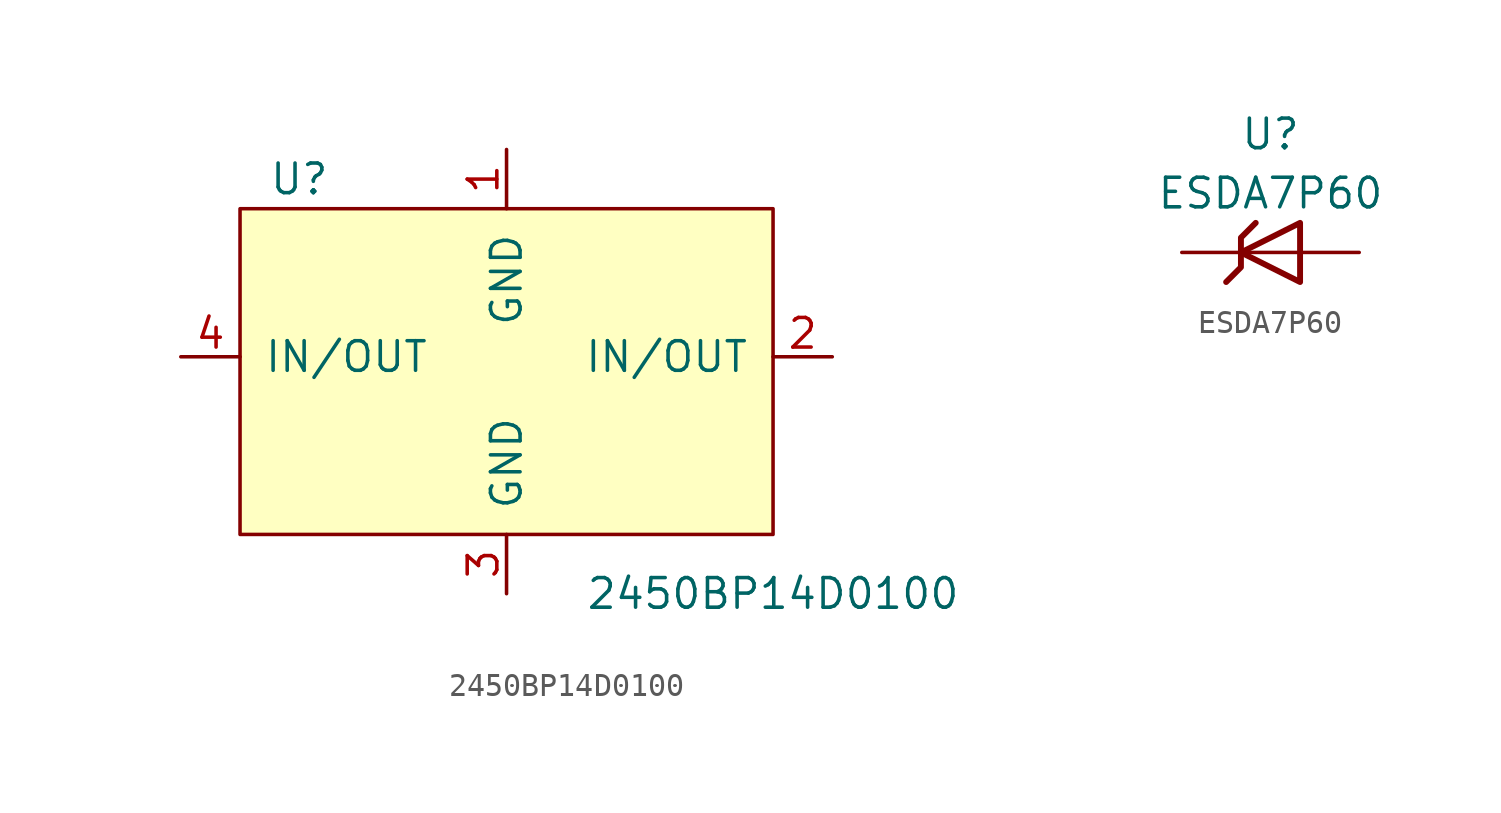
<source format=kicad_sym>
(kicad_symbol_lib
  (version 20211014)
  (generator kicad_symbol_editor)
  (symbol "2450BP14D0100"
    (pin_names
      (offset 1.016))
    (property "Reference" "U"
      (at -8.89 7.62 0)
      (effects (font (size 1.27 1.27))))
    (property "Value" "2450BP14D0100"
      (at 11.43 -10.16 0)
      (effects (font (size 1.27 1.27))))
    (symbol "2450BP14D0100_0_1"
      (rectangle (start -11.43 6.35) (end 11.43 -7.62) (stroke (width 0) (type default) (color 0 0 0 0)) (fill (type background))))
    (symbol "2450BP14D0100_1_1"
      (pin unspecified line (at 0 8.89 270) (length 2.54) (name "GND" (effects (font (size 1.27 1.27)))) (number "1" (effects (font (size 1.27 1.27)))))
      (pin bidirectional line (at 13.97 0 180) (length 2.54) (name "IN/OUT" (effects (font (size 1.27 1.27)))) (number "2" (effects (font (size 1.27 1.27)))))
      (pin unspecified line (at 0 -10.16 90) (length 2.54) (name "GND" (effects (font (size 1.27 1.27)))) (number "3" (effects (font (size 1.27 1.27)))))
      (pin bidirectional line (at -13.97 0 0) (length 2.54) (name "IN/OUT" (effects (font (size 1.27 1.27)))) (number "4" (effects (font (size 1.27 1.27)))))))
  (symbol "ESDA7P60"
    (pin_numbers hide)
    (pin_names
      (offset 1.016) hide)
    (property "Reference" "U"
      (at 0 5.08 0)
      (effects (font (size 1.27 1.27))))
    (property "Value" "ESDA7P60"
      (at 0 2.54 0)
      (effects (font (size 1.27 1.27))))
    (symbol "ESDA7P60_1_1"
      (polyline (pts (xy 1.27 0) (xy -1.27 0)) (stroke (width 0) (type default) (color 0 0 0 0)) (fill (type none)))
      (polyline (pts (xy -1.27 0) (xy 1.27 1.27) (xy 1.27 -1.27) (xy -1.27 0)) (stroke (width 0.254) (type default) (color 0 0 0 0)) (fill (type none)))
      (polyline (pts (xy -0.635 1.27) (xy -1.27 0.635) (xy -1.27 -0.635) (xy -1.905 -1.27)) (stroke (width 0.254) (type default) (color 0 0 0 0)) (fill (type none)))
      (pin passive line (at -3.81 0 0) (length 2.54) (name "A1" (effects (font (size 1.27 1.27)))) (number "1" (effects (font (size 1.27 1.27)))))
      (pin passive line (at 3.81 0 180) (length 2.54) (name "A2" (effects (font (size 1.27 1.27)))) (number "2" (effects (font (size 1.27 1.27))))))))
</source>
